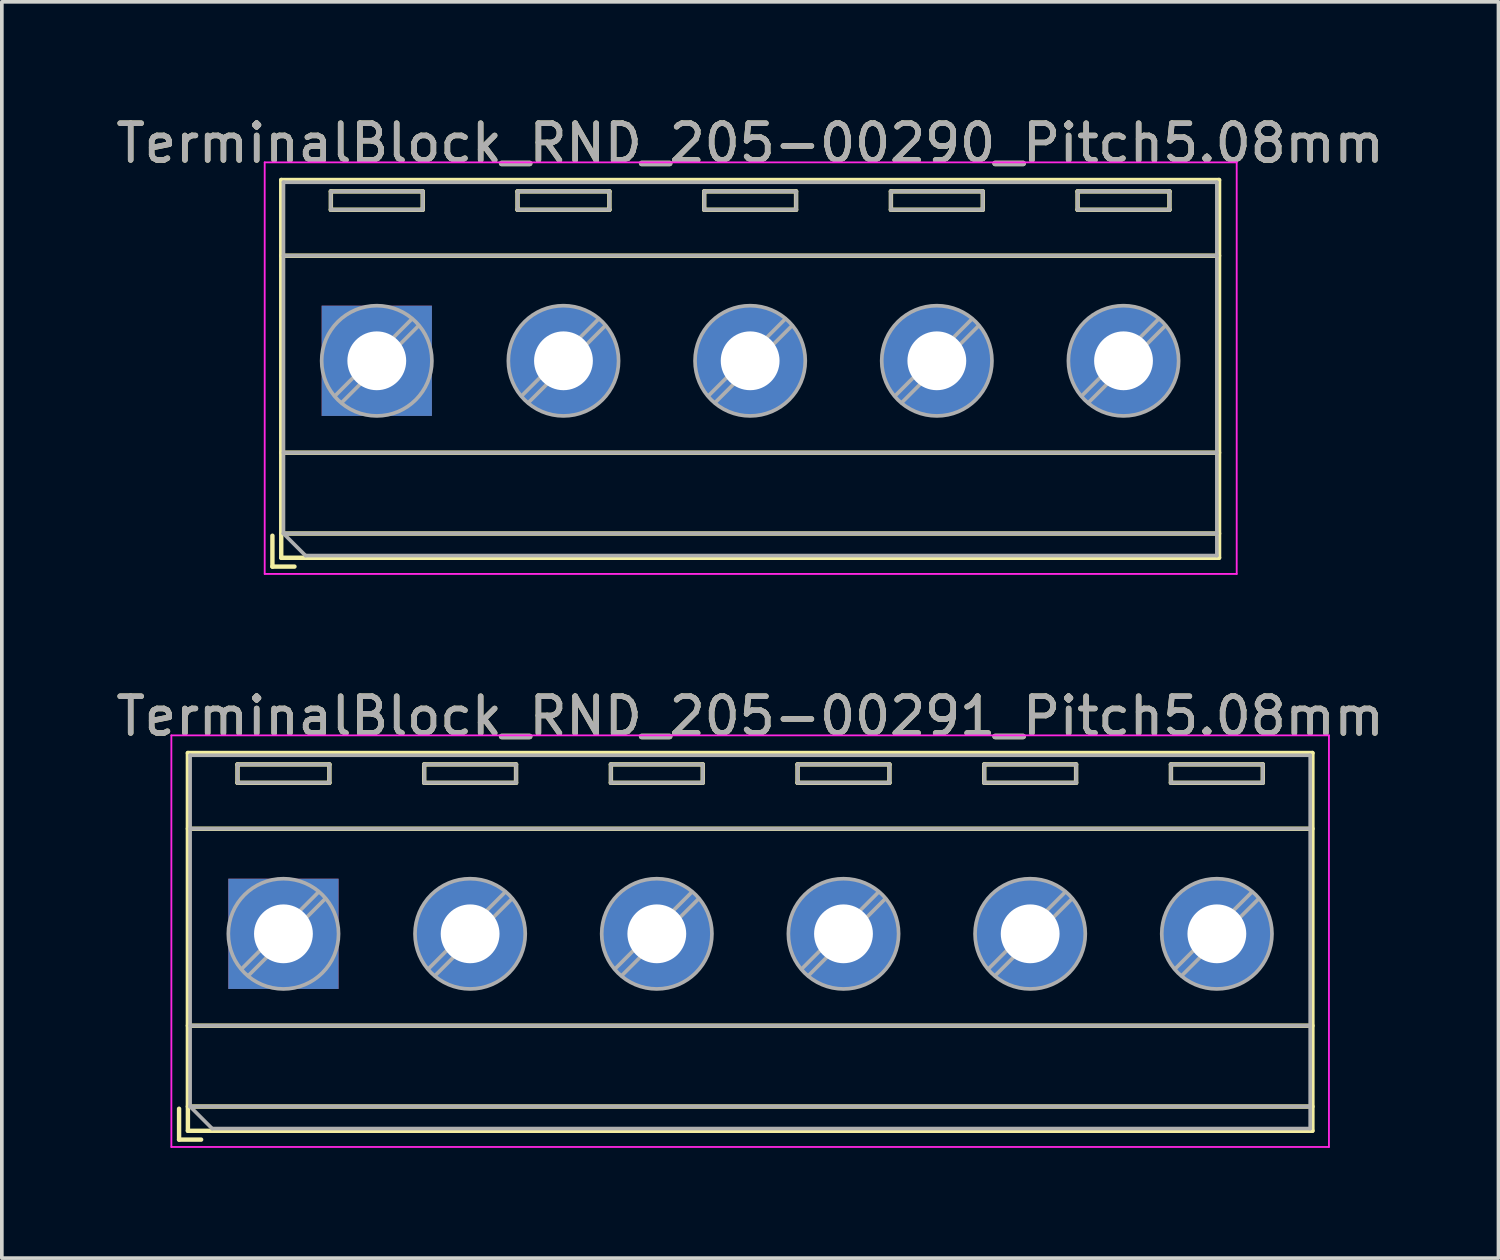
<source format=kicad_pcb>
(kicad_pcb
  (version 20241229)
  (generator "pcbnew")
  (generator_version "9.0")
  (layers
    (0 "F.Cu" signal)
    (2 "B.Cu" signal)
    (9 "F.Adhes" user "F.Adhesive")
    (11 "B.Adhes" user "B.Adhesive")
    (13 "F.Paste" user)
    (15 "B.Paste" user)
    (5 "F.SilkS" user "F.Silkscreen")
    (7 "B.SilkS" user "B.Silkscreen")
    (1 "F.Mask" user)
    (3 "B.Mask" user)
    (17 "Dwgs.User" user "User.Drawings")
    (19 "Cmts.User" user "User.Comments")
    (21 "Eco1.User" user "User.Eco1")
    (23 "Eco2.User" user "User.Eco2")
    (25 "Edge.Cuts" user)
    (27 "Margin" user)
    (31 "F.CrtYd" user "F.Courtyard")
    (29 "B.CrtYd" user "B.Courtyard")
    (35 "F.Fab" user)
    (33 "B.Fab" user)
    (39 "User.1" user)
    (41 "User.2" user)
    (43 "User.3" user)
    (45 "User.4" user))
  (footprint "TerminalBlock_RND_205-00291_Pitch5.08mm"
    (layer "F.Cu")
    (at 4.663 22.361)
    (property "Reference" "TerminalBlock_RND_205-00291_Pitch5.08mm" (at 12.7 -5.92 0) (layer "F.SilkS") (effects (font (size 1 1) (thickness 0.15))))
    (attr through_hole)
    (fp_line (start -2.84 4.76) (end -2.84 5.6) (stroke (width 0.12) (type solid)) (layer "F.SilkS"))
    (fp_line (start -2.84 5.6) (end -2.24 5.6) (stroke (width 0.12) (type solid)) (layer "F.SilkS"))
    (fp_line (start -2.6 -4.92) (end -2.6 5.36) (stroke (width 0.12) (type solid)) (layer "F.SilkS"))
    (fp_line (start -2.6 -2.86) (end 28 -2.86) (stroke (width 0.12) (type solid)) (layer "F.SilkS"))
    (fp_line (start -2.6 2.5) (end 28 2.5) (stroke (width 0.12) (type solid)) (layer "F.SilkS"))
    (fp_line (start -2.6 4.7) (end 28 4.7) (stroke (width 0.12) (type solid)) (layer "F.SilkS"))
    (fp_line (start -2.6 5.36) (end 28 5.36) (stroke (width 0.12) (type solid)) (layer "F.SilkS"))
    (fp_line (start -1.25 -4.61) (end -1.25 -4.11) (stroke (width 0.12) (type solid)) (layer "F.SilkS"))
    (fp_line (start -1.25 -4.61) (end 1.25 -4.61) (stroke (width 0.12) (type solid)) (layer "F.SilkS"))
    (fp_line (start -1.25 -4.11) (end 1.25 -4.11) (stroke (width 0.12) (type solid)) (layer "F.SilkS"))
    (fp_line (start 1.25 -4.61) (end 1.25 -4.11) (stroke (width 0.12) (type solid)) (layer "F.SilkS"))
    (fp_line (start 3.83 -4.61) (end 3.83 -4.11) (stroke (width 0.12) (type solid)) (layer "F.SilkS"))
    (fp_line (start 3.83 -4.61) (end 6.33 -4.61) (stroke (width 0.12) (type solid)) (layer "F.SilkS"))
    (fp_line (start 3.83 -4.11) (end 6.33 -4.11) (stroke (width 0.12) (type solid)) (layer "F.SilkS"))
    (fp_line (start 6.33 -4.61) (end 6.33 -4.11) (stroke (width 0.12) (type solid)) (layer "F.SilkS"))
    (fp_line (start 8.91 -4.61) (end 8.91 -4.11) (stroke (width 0.12) (type solid)) (layer "F.SilkS"))
    (fp_line (start 8.91 -4.61) (end 11.41 -4.61) (stroke (width 0.12) (type solid)) (layer "F.SilkS"))
    (fp_line (start 8.91 -4.11) (end 11.41 -4.11) (stroke (width 0.12) (type solid)) (layer "F.SilkS"))
    (fp_line (start 11.41 -4.61) (end 11.41 -4.11) (stroke (width 0.12) (type solid)) (layer "F.SilkS"))
    (fp_line (start 13.99 -4.61) (end 13.99 -4.11) (stroke (width 0.12) (type solid)) (layer "F.SilkS"))
    (fp_line (start 13.99 -4.61) (end 16.49 -4.61) (stroke (width 0.12) (type solid)) (layer "F.SilkS"))
    (fp_line (start 13.99 -4.11) (end 16.49 -4.11) (stroke (width 0.12) (type solid)) (layer "F.SilkS"))
    (fp_line (start 16.49 -4.61) (end 16.49 -4.11) (stroke (width 0.12) (type solid)) (layer "F.SilkS"))
    (fp_line (start 19.07 -4.61) (end 19.07 -4.11) (stroke (width 0.12) (type solid)) (layer "F.SilkS"))
    (fp_line (start 19.07 -4.61) (end 21.57 -4.61) (stroke (width 0.12) (type solid)) (layer "F.SilkS"))
    (fp_line (start 19.07 -4.11) (end 21.57 -4.11) (stroke (width 0.12) (type solid)) (layer "F.SilkS"))
    (fp_line (start 21.57 -4.61) (end 21.57 -4.11) (stroke (width 0.12) (type solid)) (layer "F.SilkS"))
    (fp_line (start 24.15 -4.61) (end 24.15 -4.11) (stroke (width 0.12) (type solid)) (layer "F.SilkS"))
    (fp_line (start 24.15 -4.61) (end 26.65 -4.61) (stroke (width 0.12) (type solid)) (layer "F.SilkS"))
    (fp_line (start 24.15 -4.11) (end 26.65 -4.11) (stroke (width 0.12) (type solid)) (layer "F.SilkS"))
    (fp_line (start 26.65 -4.61) (end 26.65 -4.11) (stroke (width 0.12) (type solid)) (layer "F.SilkS"))
    (fp_line (start 28 -4.92) (end -2.6 -4.92) (stroke (width 0.12) (type solid)) (layer "F.SilkS"))
    (fp_line (start 28 5.36) (end 28 -4.92) (stroke (width 0.12) (type solid)) (layer "F.SilkS"))
    (fp_line (start -3.05 -5.4) (end -3.05 5.8) (stroke (width 0.05) (type solid)) (layer "F.CrtYd"))
    (fp_line (start -3.05 5.8) (end 28.45 5.8) (stroke (width 0.05) (type solid)) (layer "F.CrtYd"))
    (fp_line (start 28.45 -5.4) (end -3.05 -5.4) (stroke (width 0.05) (type solid)) (layer "F.CrtYd"))
    (fp_line (start 28.45 5.8) (end 28.45 -5.4) (stroke (width 0.05) (type solid)) (layer "F.CrtYd"))
    (fp_line (start -2.54 -4.86) (end 27.94 -4.86) (stroke (width 0.1) (type solid)) (layer "F.Fab"))
    (fp_line (start -2.54 -2.86) (end 27.94 -2.86) (stroke (width 0.1) (type solid)) (layer "F.Fab"))
    (fp_line (start -2.54 2.5) (end 27.94 2.5) (stroke (width 0.1) (type solid)) (layer "F.Fab"))
    (fp_line (start -2.54 4.7) (end -2.54 -4.86) (stroke (width 0.1) (type solid)) (layer "F.Fab"))
    (fp_line (start -2.54 4.7) (end 27.94 4.7) (stroke (width 0.1) (type solid)) (layer "F.Fab"))
    (fp_line (start -1.94 5.3) (end -2.54 4.7) (stroke (width 0.1) (type solid)) (layer "F.Fab"))
    (fp_line (start -1.25 -4.61) (end -1.25 -4.11) (stroke (width 0.1) (type solid)) (layer "F.Fab"))
    (fp_line (start -1.25 -4.11) (end 1.25 -4.11) (stroke (width 0.1) (type solid)) (layer "F.Fab"))
    (fp_line (start 0.955 -1.138) (end -1.138 0.955) (stroke (width 0.1) (type solid)) (layer "F.Fab"))
    (fp_line (start 1.138 -0.955) (end -0.955 1.138) (stroke (width 0.1) (type solid)) (layer "F.Fab"))
    (fp_line (start 1.25 -4.61) (end -1.25 -4.61) (stroke (width 0.1) (type solid)) (layer "F.Fab"))
    (fp_line (start 1.25 -4.11) (end 1.25 -4.61) (stroke (width 0.1) (type solid)) (layer "F.Fab"))
    (fp_line (start 3.83 -4.61) (end 3.83 -4.11) (stroke (width 0.1) (type solid)) (layer "F.Fab"))
    (fp_line (start 3.83 -4.11) (end 6.33 -4.11) (stroke (width 0.1) (type solid)) (layer "F.Fab"))
    (fp_line (start 6.035 -1.138) (end 3.943 0.955) (stroke (width 0.1) (type solid)) (layer "F.Fab"))
    (fp_line (start 6.218 -0.955) (end 4.126 1.138) (stroke (width 0.1) (type solid)) (layer "F.Fab"))
    (fp_line (start 6.33 -4.61) (end 3.83 -4.61) (stroke (width 0.1) (type solid)) (layer "F.Fab"))
    (fp_line (start 6.33 -4.11) (end 6.33 -4.61) (stroke (width 0.1) (type solid)) (layer "F.Fab"))
    (fp_line (start 8.91 -4.61) (end 8.91 -4.11) (stroke (width 0.1) (type solid)) (layer "F.Fab"))
    (fp_line (start 8.91 -4.11) (end 11.41 -4.11) (stroke (width 0.1) (type solid)) (layer "F.Fab"))
    (fp_line (start 11.115 -1.138) (end 9.023 0.955) (stroke (width 0.1) (type solid)) (layer "F.Fab"))
    (fp_line (start 11.298 -0.955) (end 9.206 1.138) (stroke (width 0.1) (type solid)) (layer "F.Fab"))
    (fp_line (start 11.41 -4.61) (end 8.91 -4.61) (stroke (width 0.1) (type solid)) (layer "F.Fab"))
    (fp_line (start 11.41 -4.11) (end 11.41 -4.61) (stroke (width 0.1) (type solid)) (layer "F.Fab"))
    (fp_line (start 13.99 -4.61) (end 13.99 -4.11) (stroke (width 0.1) (type solid)) (layer "F.Fab"))
    (fp_line (start 13.99 -4.11) (end 16.49 -4.11) (stroke (width 0.1) (type solid)) (layer "F.Fab"))
    (fp_line (start 16.195 -1.138) (end 14.103 0.955) (stroke (width 0.1) (type solid)) (layer "F.Fab"))
    (fp_line (start 16.378 -0.955) (end 14.286 1.138) (stroke (width 0.1) (type solid)) (layer "F.Fab"))
    (fp_line (start 16.49 -4.61) (end 13.99 -4.61) (stroke (width 0.1) (type solid)) (layer "F.Fab"))
    (fp_line (start 16.49 -4.11) (end 16.49 -4.61) (stroke (width 0.1) (type solid)) (layer "F.Fab"))
    (fp_line (start 19.07 -4.61) (end 19.07 -4.11) (stroke (width 0.1) (type solid)) (layer "F.Fab"))
    (fp_line (start 19.07 -4.11) (end 21.57 -4.11) (stroke (width 0.1) (type solid)) (layer "F.Fab"))
    (fp_line (start 21.275 -1.138) (end 19.183 0.955) (stroke (width 0.1) (type solid)) (layer "F.Fab"))
    (fp_line (start 21.458 -0.955) (end 19.366 1.138) (stroke (width 0.1) (type solid)) (layer "F.Fab"))
    (fp_line (start 21.57 -4.61) (end 19.07 -4.61) (stroke (width 0.1) (type solid)) (layer "F.Fab"))
    (fp_line (start 21.57 -4.11) (end 21.57 -4.61) (stroke (width 0.1) (type solid)) (layer "F.Fab"))
    (fp_line (start 24.15 -4.61) (end 24.15 -4.11) (stroke (width 0.1) (type solid)) (layer "F.Fab"))
    (fp_line (start 24.15 -4.11) (end 26.65 -4.11) (stroke (width 0.1) (type solid)) (layer "F.Fab"))
    (fp_line (start 26.355 -1.138) (end 24.263 0.955) (stroke (width 0.1) (type solid)) (layer "F.Fab"))
    (fp_line (start 26.538 -0.955) (end 24.446 1.138) (stroke (width 0.1) (type solid)) (layer "F.Fab"))
    (fp_line (start 26.65 -4.61) (end 24.15 -4.61) (stroke (width 0.1) (type solid)) (layer "F.Fab"))
    (fp_line (start 26.65 -4.11) (end 26.65 -4.61) (stroke (width 0.1) (type solid)) (layer "F.Fab"))
    (fp_line (start 27.94 -4.86) (end 27.94 5.3) (stroke (width 0.1) (type solid)) (layer "F.Fab"))
    (fp_line (start 27.94 5.3) (end -1.94 5.3) (stroke (width 0.1) (type solid)) (layer "F.Fab"))
    (fp_circle (center 0 0) (end 1.5 0) (stroke (width 0.1) (type solid)) (fill no) (layer "F.Fab"))
    (fp_circle (center 5.08 0) (end 6.58 0) (stroke (width 0.1) (type solid)) (fill no) (layer "F.Fab"))
    (fp_circle (center 10.16 0) (end 11.66 0) (stroke (width 0.1) (type solid)) (fill no) (layer "F.Fab"))
    (fp_circle (center 15.24 0) (end 16.74 0) (stroke (width 0.1) (type solid)) (fill no) (layer "F.Fab"))
    (fp_circle (center 20.32 0) (end 21.82 0) (stroke (width 0.1) (type solid)) (fill no) (layer "F.Fab"))
    (fp_circle (center 25.4 0) (end 26.9 0) (stroke (width 0.1) (type solid)) (fill no) (layer "F.Fab"))
    (fp_text user "${REFERENCE}" (at 12.7 -5.92 0) (layer "F.Fab") (effects (font (size 1 1) (thickness 0.15))))
    (pad "1" thru_hole rect (at 0 0) (size 3 3) (drill 1.6) (layers "*.Cu" "*.Mask"))
    (pad "2" thru_hole circle (at 5.08 0) (size 3 3) (drill 1.6) (layers "*.Cu" "*.Mask"))
    (pad "3" thru_hole circle (at 10.16 0) (size 3 3) (drill 1.6) (layers "*.Cu" "*.Mask"))
    (pad "4" thru_hole circle (at 15.24 0) (size 3 3) (drill 1.6) (layers "*.Cu" "*.Mask"))
    (pad "5" thru_hole circle (at 20.32 0) (size 3 3) (drill 1.6) (layers "*.Cu" "*.Mask"))
    (pad "6" thru_hole circle (at 25.4 0) (size 3 3) (drill 1.6) (layers "*.Cu" "*.Mask")))
  (footprint "TerminalBlock_RND_205-00290_Pitch5.08mm"
    (layer "F.Cu")
    (at 7.203 6.768)
    (property "Reference" "TerminalBlock_RND_205-00290_Pitch5.08mm" (at 10.16 -5.92 0) (layer "F.SilkS") (effects (font (size 1 1) (thickness 0.15))))
    (attr through_hole)
    (fp_line (start -2.84 4.76) (end -2.84 5.6) (stroke (width 0.12) (type solid)) (layer "F.SilkS"))
    (fp_line (start -2.84 5.6) (end -2.24 5.6) (stroke (width 0.12) (type solid)) (layer "F.SilkS"))
    (fp_line (start -2.6 -4.92) (end -2.6 5.36) (stroke (width 0.12) (type solid)) (layer "F.SilkS"))
    (fp_line (start -2.6 -2.86) (end 22.92 -2.86) (stroke (width 0.12) (type solid)) (layer "F.SilkS"))
    (fp_line (start -2.6 2.5) (end 22.92 2.5) (stroke (width 0.12) (type solid)) (layer "F.SilkS"))
    (fp_line (start -2.6 4.7) (end 22.92 4.7) (stroke (width 0.12) (type solid)) (layer "F.SilkS"))
    (fp_line (start -2.6 5.36) (end 22.92 5.36) (stroke (width 0.12) (type solid)) (layer "F.SilkS"))
    (fp_line (start -1.25 -4.61) (end -1.25 -4.11) (stroke (width 0.12) (type solid)) (layer "F.SilkS"))
    (fp_line (start -1.25 -4.61) (end 1.25 -4.61) (stroke (width 0.12) (type solid)) (layer "F.SilkS"))
    (fp_line (start -1.25 -4.11) (end 1.25 -4.11) (stroke (width 0.12) (type solid)) (layer "F.SilkS"))
    (fp_line (start 1.25 -4.61) (end 1.25 -4.11) (stroke (width 0.12) (type solid)) (layer "F.SilkS"))
    (fp_line (start 3.83 -4.61) (end 3.83 -4.11) (stroke (width 0.12) (type solid)) (layer "F.SilkS"))
    (fp_line (start 3.83 -4.61) (end 6.33 -4.61) (stroke (width 0.12) (type solid)) (layer "F.SilkS"))
    (fp_line (start 3.83 -4.11) (end 6.33 -4.11) (stroke (width 0.12) (type solid)) (layer "F.SilkS"))
    (fp_line (start 6.33 -4.61) (end 6.33 -4.11) (stroke (width 0.12) (type solid)) (layer "F.SilkS"))
    (fp_line (start 8.91 -4.61) (end 8.91 -4.11) (stroke (width 0.12) (type solid)) (layer "F.SilkS"))
    (fp_line (start 8.91 -4.61) (end 11.41 -4.61) (stroke (width 0.12) (type solid)) (layer "F.SilkS"))
    (fp_line (start 8.91 -4.11) (end 11.41 -4.11) (stroke (width 0.12) (type solid)) (layer "F.SilkS"))
    (fp_line (start 11.41 -4.61) (end 11.41 -4.11) (stroke (width 0.12) (type solid)) (layer "F.SilkS"))
    (fp_line (start 13.99 -4.61) (end 13.99 -4.11) (stroke (width 0.12) (type solid)) (layer "F.SilkS"))
    (fp_line (start 13.99 -4.61) (end 16.49 -4.61) (stroke (width 0.12) (type solid)) (layer "F.SilkS"))
    (fp_line (start 13.99 -4.11) (end 16.49 -4.11) (stroke (width 0.12) (type solid)) (layer "F.SilkS"))
    (fp_line (start 16.49 -4.61) (end 16.49 -4.11) (stroke (width 0.12) (type solid)) (layer "F.SilkS"))
    (fp_line (start 19.07 -4.61) (end 19.07 -4.11) (stroke (width 0.12) (type solid)) (layer "F.SilkS"))
    (fp_line (start 19.07 -4.61) (end 21.57 -4.61) (stroke (width 0.12) (type solid)) (layer "F.SilkS"))
    (fp_line (start 19.07 -4.11) (end 21.57 -4.11) (stroke (width 0.12) (type solid)) (layer "F.SilkS"))
    (fp_line (start 21.57 -4.61) (end 21.57 -4.11) (stroke (width 0.12) (type solid)) (layer "F.SilkS"))
    (fp_line (start 22.92 -4.92) (end -2.6 -4.92) (stroke (width 0.12) (type solid)) (layer "F.SilkS"))
    (fp_line (start 22.92 5.36) (end 22.92 -4.92) (stroke (width 0.12) (type solid)) (layer "F.SilkS"))
    (fp_line (start -3.05 -5.4) (end -3.05 5.8) (stroke (width 0.05) (type solid)) (layer "F.CrtYd"))
    (fp_line (start -3.05 5.8) (end 23.4 5.8) (stroke (width 0.05) (type solid)) (layer "F.CrtYd"))
    (fp_line (start 23.4 -5.4) (end -3.05 -5.4) (stroke (width 0.05) (type solid)) (layer "F.CrtYd"))
    (fp_line (start 23.4 5.8) (end 23.4 -5.4) (stroke (width 0.05) (type solid)) (layer "F.CrtYd"))
    (fp_line (start -2.54 -4.86) (end 22.86 -4.86) (stroke (width 0.1) (type solid)) (layer "F.Fab"))
    (fp_line (start -2.54 -2.86) (end 22.86 -2.86) (stroke (width 0.1) (type solid)) (layer "F.Fab"))
    (fp_line (start -2.54 2.5) (end 22.86 2.5) (stroke (width 0.1) (type solid)) (layer "F.Fab"))
    (fp_line (start -2.54 4.7) (end -2.54 -4.86) (stroke (width 0.1) (type solid)) (layer "F.Fab"))
    (fp_line (start -2.54 4.7) (end 22.86 4.7) (stroke (width 0.1) (type solid)) (layer "F.Fab"))
    (fp_line (start -1.94 5.3) (end -2.54 4.7) (stroke (width 0.1) (type solid)) (layer "F.Fab"))
    (fp_line (start -1.25 -4.61) (end -1.25 -4.11) (stroke (width 0.1) (type solid)) (layer "F.Fab"))
    (fp_line (start -1.25 -4.11) (end 1.25 -4.11) (stroke (width 0.1) (type solid)) (layer "F.Fab"))
    (fp_line (start 0.955 -1.138) (end -1.138 0.955) (stroke (width 0.1) (type solid)) (layer "F.Fab"))
    (fp_line (start 1.138 -0.955) (end -0.955 1.138) (stroke (width 0.1) (type solid)) (layer "F.Fab"))
    (fp_line (start 1.25 -4.61) (end -1.25 -4.61) (stroke (width 0.1) (type solid)) (layer "F.Fab"))
    (fp_line (start 1.25 -4.11) (end 1.25 -4.61) (stroke (width 0.1) (type solid)) (layer "F.Fab"))
    (fp_line (start 3.83 -4.61) (end 3.83 -4.11) (stroke (width 0.1) (type solid)) (layer "F.Fab"))
    (fp_line (start 3.83 -4.11) (end 6.33 -4.11) (stroke (width 0.1) (type solid)) (layer "F.Fab"))
    (fp_line (start 6.035 -1.138) (end 3.943 0.955) (stroke (width 0.1) (type solid)) (layer "F.Fab"))
    (fp_line (start 6.218 -0.955) (end 4.126 1.138) (stroke (width 0.1) (type solid)) (layer "F.Fab"))
    (fp_line (start 6.33 -4.61) (end 3.83 -4.61) (stroke (width 0.1) (type solid)) (layer "F.Fab"))
    (fp_line (start 6.33 -4.11) (end 6.33 -4.61) (stroke (width 0.1) (type solid)) (layer "F.Fab"))
    (fp_line (start 8.91 -4.61) (end 8.91 -4.11) (stroke (width 0.1) (type solid)) (layer "F.Fab"))
    (fp_line (start 8.91 -4.11) (end 11.41 -4.11) (stroke (width 0.1) (type solid)) (layer "F.Fab"))
    (fp_line (start 11.115 -1.138) (end 9.023 0.955) (stroke (width 0.1) (type solid)) (layer "F.Fab"))
    (fp_line (start 11.298 -0.955) (end 9.206 1.138) (stroke (width 0.1) (type solid)) (layer "F.Fab"))
    (fp_line (start 11.41 -4.61) (end 8.91 -4.61) (stroke (width 0.1) (type solid)) (layer "F.Fab"))
    (fp_line (start 11.41 -4.11) (end 11.41 -4.61) (stroke (width 0.1) (type solid)) (layer "F.Fab"))
    (fp_line (start 13.99 -4.61) (end 13.99 -4.11) (stroke (width 0.1) (type solid)) (layer "F.Fab"))
    (fp_line (start 13.99 -4.11) (end 16.49 -4.11) (stroke (width 0.1) (type solid)) (layer "F.Fab"))
    (fp_line (start 16.195 -1.138) (end 14.103 0.955) (stroke (width 0.1) (type solid)) (layer "F.Fab"))
    (fp_line (start 16.378 -0.955) (end 14.286 1.138) (stroke (width 0.1) (type solid)) (layer "F.Fab"))
    (fp_line (start 16.49 -4.61) (end 13.99 -4.61) (stroke (width 0.1) (type solid)) (layer "F.Fab"))
    (fp_line (start 16.49 -4.11) (end 16.49 -4.61) (stroke (width 0.1) (type solid)) (layer "F.Fab"))
    (fp_line (start 19.07 -4.61) (end 19.07 -4.11) (stroke (width 0.1) (type solid)) (layer "F.Fab"))
    (fp_line (start 19.07 -4.11) (end 21.57 -4.11) (stroke (width 0.1) (type solid)) (layer "F.Fab"))
    (fp_line (start 21.275 -1.138) (end 19.183 0.955) (stroke (width 0.1) (type solid)) (layer "F.Fab"))
    (fp_line (start 21.458 -0.955) (end 19.366 1.138) (stroke (width 0.1) (type solid)) (layer "F.Fab"))
    (fp_line (start 21.57 -4.61) (end 19.07 -4.61) (stroke (width 0.1) (type solid)) (layer "F.Fab"))
    (fp_line (start 21.57 -4.11) (end 21.57 -4.61) (stroke (width 0.1) (type solid)) (layer "F.Fab"))
    (fp_line (start 22.86 -4.86) (end 22.86 5.3) (stroke (width 0.1) (type solid)) (layer "F.Fab"))
    (fp_line (start 22.86 5.3) (end -1.94 5.3) (stroke (width 0.1) (type solid)) (layer "F.Fab"))
    (fp_circle (center 0 0) (end 1.5 0) (stroke (width 0.1) (type solid)) (fill no) (layer "F.Fab"))
    (fp_circle (center 5.08 0) (end 6.58 0) (stroke (width 0.1) (type solid)) (fill no) (layer "F.Fab"))
    (fp_circle (center 10.16 0) (end 11.66 0) (stroke (width 0.1) (type solid)) (fill no) (layer "F.Fab"))
    (fp_circle (center 15.24 0) (end 16.74 0) (stroke (width 0.1) (type solid)) (fill no) (layer "F.Fab"))
    (fp_circle (center 20.32 0) (end 21.82 0) (stroke (width 0.1) (type solid)) (fill no) (layer "F.Fab"))
    (fp_text user "${REFERENCE}" (at 10.16 -5.92 0) (layer "F.Fab") (effects (font (size 1 1) (thickness 0.15))))
    (pad "1" thru_hole rect (at 0 0) (size 3 3) (drill 1.6) (layers "*.Cu" "*.Mask"))
    (pad "2" thru_hole circle (at 5.08 0) (size 3 3) (drill 1.6) (layers "*.Cu" "*.Mask"))
    (pad "3" thru_hole circle (at 10.16 0) (size 3 3) (drill 1.6) (layers "*.Cu" "*.Mask"))
    (pad "4" thru_hole circle (at 15.24 0) (size 3 3) (drill 1.6) (layers "*.Cu" "*.Mask"))
    (pad "5" thru_hole circle (at 20.32 0) (size 3 3) (drill 1.6) (layers "*.Cu" "*.Mask")))
  (gr_rect
    (start -3 -3)
    (end 37.726 31.186)
    (stroke (width 0.1) (type default))
    (fill no)
    (layer "Edge.Cuts")))
</source>
